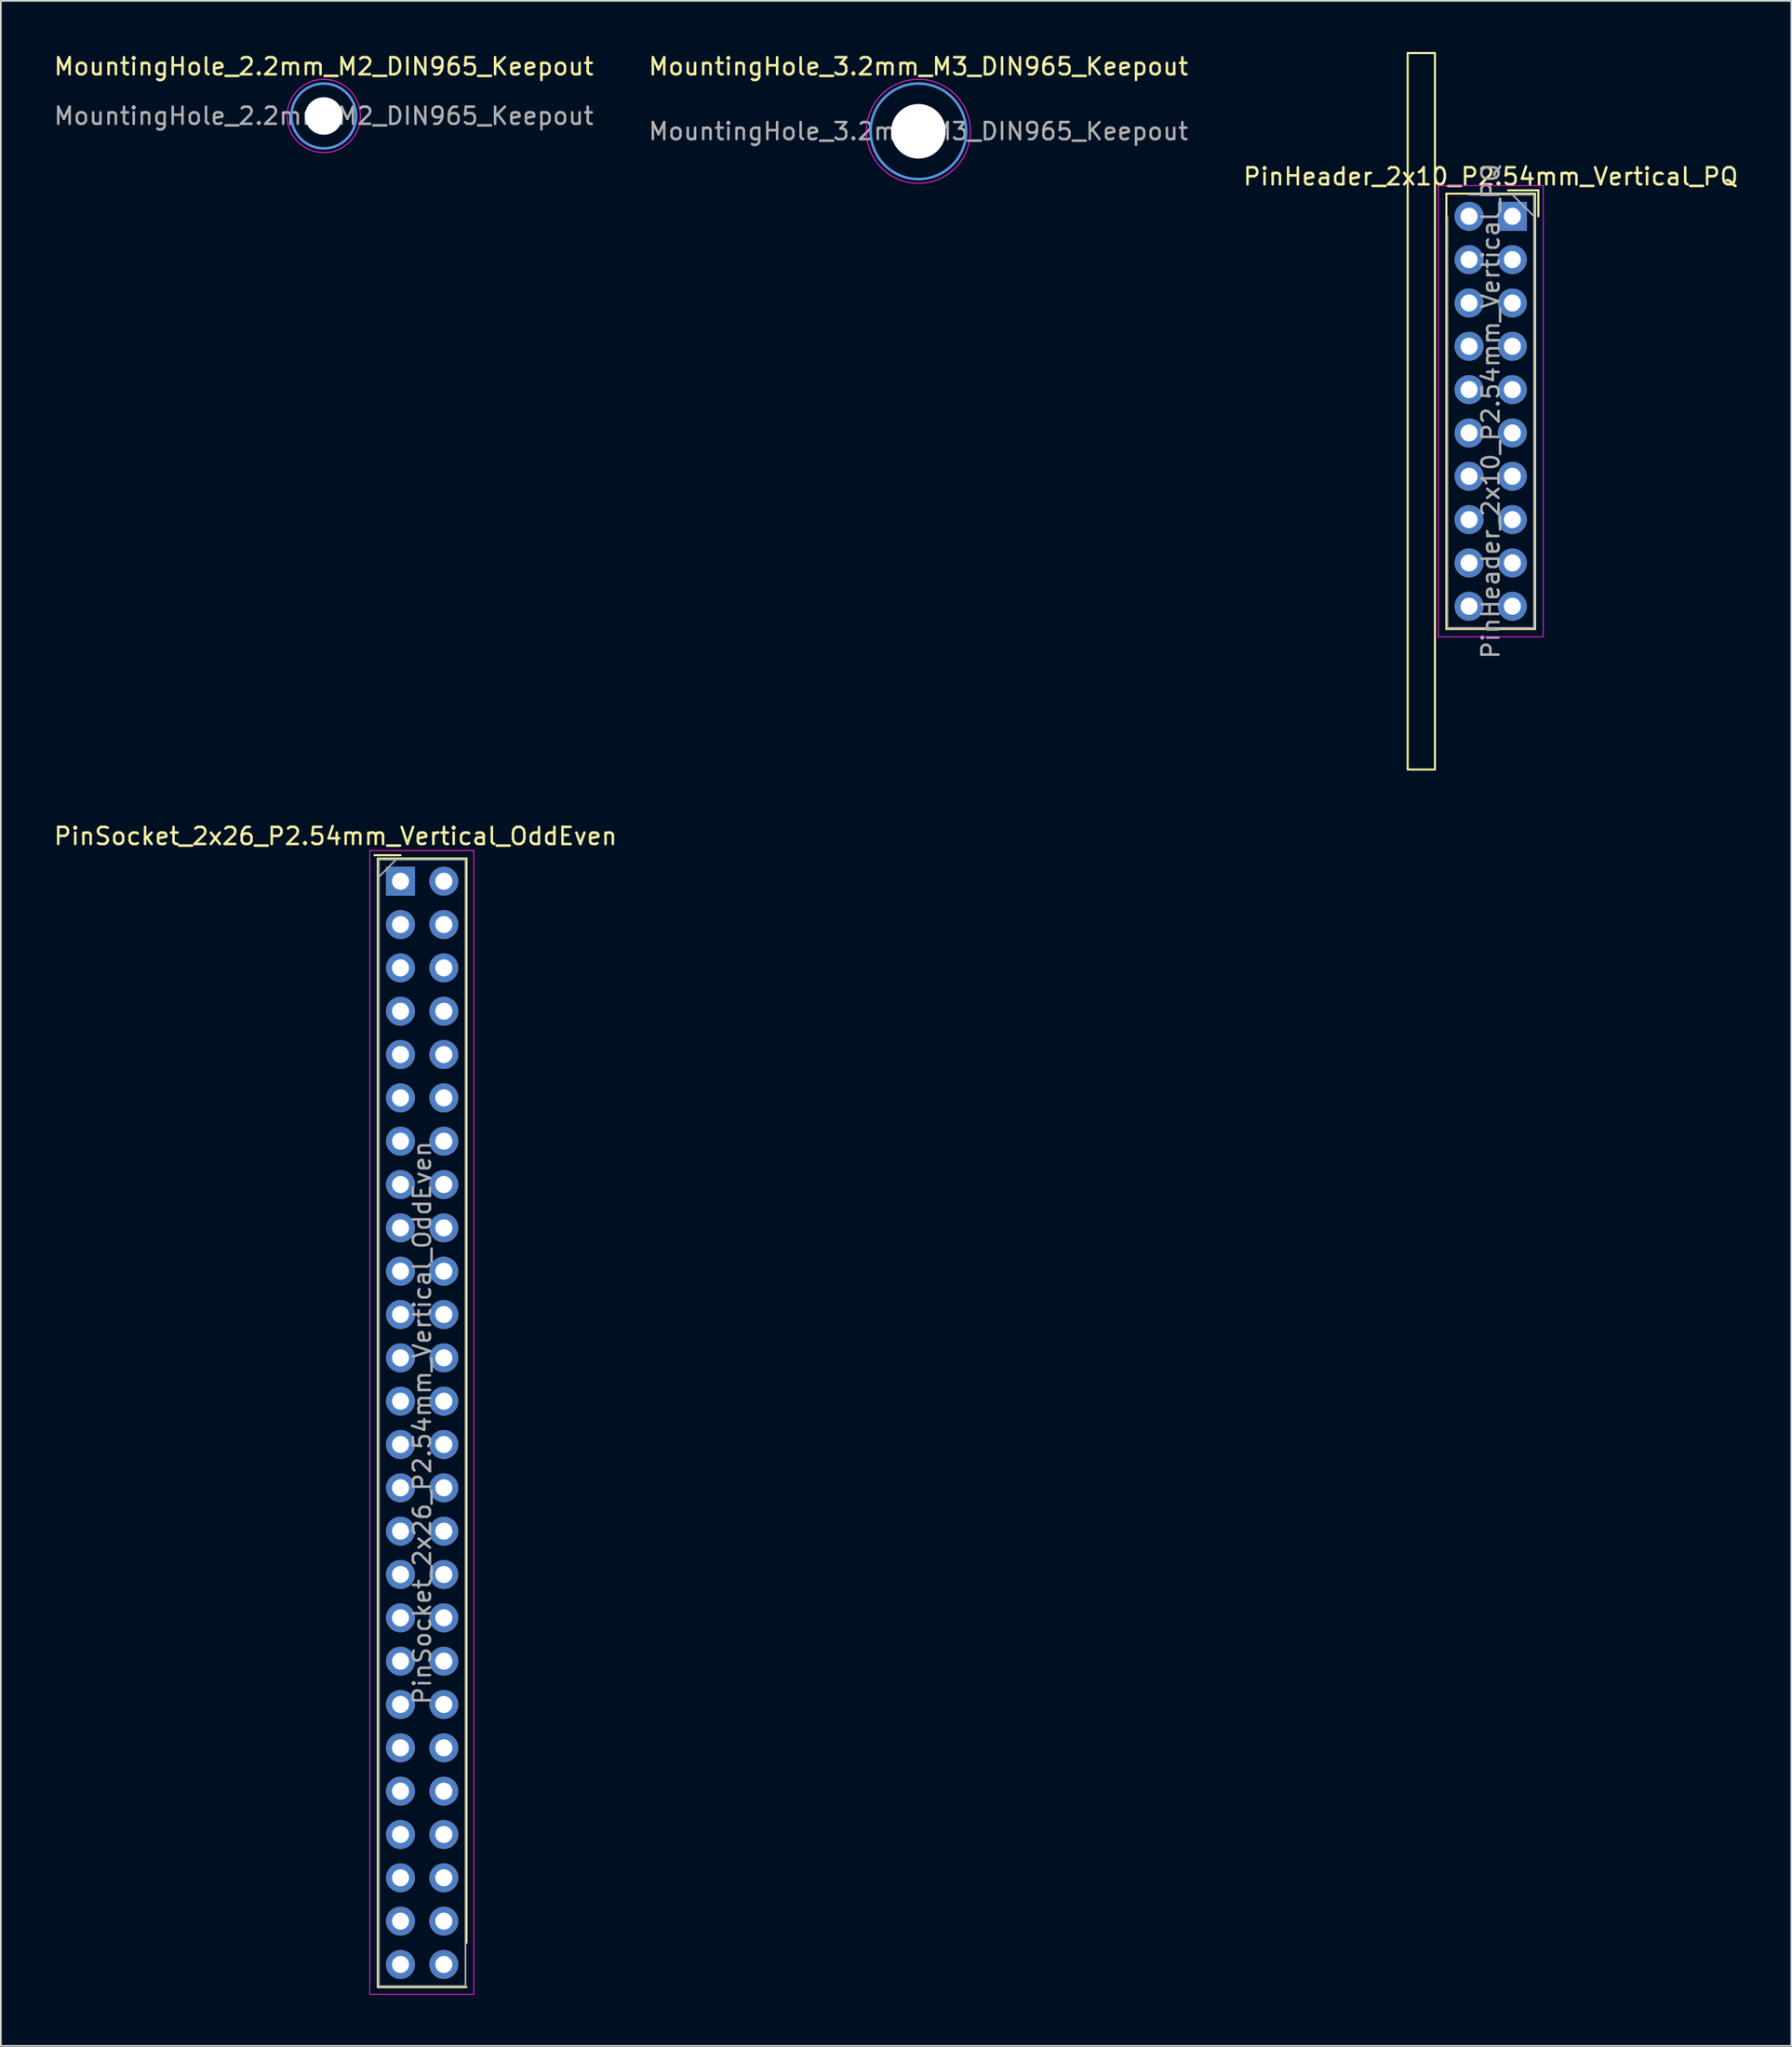
<source format=kicad_pcb>
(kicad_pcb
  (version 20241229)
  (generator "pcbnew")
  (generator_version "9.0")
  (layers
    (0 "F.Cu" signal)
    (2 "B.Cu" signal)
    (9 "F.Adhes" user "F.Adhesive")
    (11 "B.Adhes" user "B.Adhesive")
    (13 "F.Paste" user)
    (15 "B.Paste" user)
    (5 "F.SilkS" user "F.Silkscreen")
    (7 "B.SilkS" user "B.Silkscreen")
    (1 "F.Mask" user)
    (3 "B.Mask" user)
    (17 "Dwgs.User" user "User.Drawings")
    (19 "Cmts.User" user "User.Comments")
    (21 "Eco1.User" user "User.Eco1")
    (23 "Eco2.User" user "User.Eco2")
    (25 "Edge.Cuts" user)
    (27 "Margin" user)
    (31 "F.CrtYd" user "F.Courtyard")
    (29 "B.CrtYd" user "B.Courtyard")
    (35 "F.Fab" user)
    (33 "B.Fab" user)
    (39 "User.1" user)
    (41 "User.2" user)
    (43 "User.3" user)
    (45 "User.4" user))
  (footprint "MountingHole_2.2mm_M2_DIN965_Keepout"
    (layer "F.Cu")
    (at 15.935 3.748)
    (property "Reference" "MountingHole_2.2mm_M2_DIN965_Keepout" (at 0 -2.9 0) (layer "F.SilkS") (effects (font (size 1 1) (thickness 0.15))))
    (attr exclude_from_pos_files)
    (fp_circle (center 0 0) (end 1.934 0) (stroke (width 0.12) (type solid)) (fill yes) (layer "F.Mask"))
    (fp_circle (center 0 0) (end 1.934 0) (stroke (width 0.12) (type solid)) (fill yes) (layer "B.Mask"))
    (fp_circle (center 0 0) (end 1.9 0) (stroke (width 0.15) (type solid)) (fill no) (layer "Cmts.User"))
    (fp_circle (center 0 0) (end 2.15 0) (stroke (width 0.05) (type solid)) (fill no) (layer "F.CrtYd"))
    (fp_text user "${REFERENCE}" (at 0 0 0) (layer "F.Fab") (effects (font (size 1 1) (thickness 0.15))))
    (pad "" np_thru_hole circle (at 0 0) (size 2.2 2.2) (drill 2.2) (layers "*.Cu" "*.Mask"))
    (zone (net_name "") (layers "F.Cu" "B.Cu") (hatch edge 0.5) (connect_pads) (min_thickness 0.25) (filled_areas_thickness no) (keepout (tracks not_allowed) (vias not_allowed) (pads not_allowed) (copperpour not_allowed) (footprints not_allowed)) (placement (enabled no)) (fill) (polygon (pts (xy 17.982 3.748) (xy 17.963 3.469) (xy 17.906 3.196) (xy 17.813 2.932) (xy 17.684 2.684) (xy 17.523 2.456) (xy 17.332 2.252) (xy 17.115 2.075) (xy 16.877 1.93) (xy 16.62 1.819) (xy 16.351 1.743) (xy 16.074 1.705) (xy 15.795 1.705) (xy 15.518 1.743) (xy 15.249 1.819) (xy 14.992 1.93) (xy 14.754 2.075) (xy 14.537 2.252) (xy 14.346 2.456) (xy 14.185 2.684) (xy 14.056 2.932) (xy 13.963 3.196) (xy 13.906 3.469) (xy 13.887 3.748) (xy 13.906 4.027) (xy 13.963 4.301) (xy 14.056 4.564) (xy 14.185 4.812) (xy 14.346 5.041) (xy 14.537 5.245) (xy 14.754 5.421) (xy 14.992 5.566) (xy 15.249 5.678) (xy 15.518 5.753) (xy 15.795 5.791) (xy 16.074 5.791) (xy 16.351 5.753) (xy 16.62 5.678) (xy 16.877 5.566) (xy 17.115 5.421) (xy 17.332 5.245) (xy 17.523 5.041) (xy 17.684 4.812) (xy 17.813 4.564) (xy 17.906 4.301) (xy 17.963 4.027)))))
  (footprint "PinSocket_2x26_P2.54mm_Vertical_OddEven"
    (layer "F.Cu")
    (at 22.975 48.608)
    (property "Reference" "PinSocket_2x26_P2.54mm_Vertical_OddEven" (at -6.35 -2.64 0) (layer "F.SilkS") (effects (font (size 1 1) (thickness 0.15))))
    (attr through_hole exclude_from_pos_files exclude_from_bom)
    (fp_line (start -4.064 -1.524) (end -2.54 -1.524) (stroke (width 0.12) (type default)) (layer "F.SilkS"))
    (fp_line (start -3.87 -1.33) (end -3.87 64.83) (stroke (width 0.12) (type solid)) (layer "F.SilkS"))
    (fp_line (start -3.87 -1.33) (end 1.33 -1.33) (stroke (width 0.12) (type solid)) (layer "F.SilkS"))
    (fp_line (start -3.87 64.83) (end 1.33 64.83) (stroke (width 0.12) (type solid)) (layer "F.SilkS"))
    (fp_line (start 1.33 -1.33) (end 1.33 62.23) (stroke (width 0.12) (type solid)) (layer "F.SilkS"))
    (fp_line (start -4.34 -1.8) (end 1.76 -1.8) (stroke (width 0.05) (type solid)) (layer "F.CrtYd"))
    (fp_line (start -4.34 65.25) (end -4.34 -1.8) (stroke (width 0.05) (type solid)) (layer "F.CrtYd"))
    (fp_line (start 1.76 -1.8) (end 1.76 65.25) (stroke (width 0.05) (type solid)) (layer "F.CrtYd"))
    (fp_line (start 1.76 65.25) (end -4.34 65.25) (stroke (width 0.05) (type solid)) (layer "F.CrtYd"))
    (fp_line (start -3.81 -1.27) (end 1.27 -1.27) (stroke (width 0.1) (type solid)) (layer "F.Fab"))
    (fp_line (start -3.81 64.77) (end -3.81 -1.27) (stroke (width 0.1) (type solid)) (layer "F.Fab"))
    (fp_line (start -3.802 -0.262) (end -2.802 -1.262) (stroke (width 0.1) (type solid)) (layer "F.Fab"))
    (fp_line (start 1.27 -1.27) (end 1.27 64.77) (stroke (width 0.1) (type solid)) (layer "F.Fab"))
    (fp_line (start 1.27 64.77) (end -3.81 64.77) (stroke (width 0.1) (type solid)) (layer "F.Fab"))
    (fp_text user "${REFERENCE}" (at -1.27 31.75 90) (layer "F.Fab") (effects (font (size 1 1) (thickness 0.15))))
    (pad "1" thru_hole rect (at -2.54 0) (size 1.7 1.7) (drill 1) (layers "*.Cu" "*.Mask"))
    (pad "2" thru_hole oval (at 0 0) (size 1.7 1.7) (drill 1) (layers "*.Cu" "*.Mask"))
    (pad "3" thru_hole oval (at -2.54 2.54) (size 1.7 1.7) (drill 1) (layers "*.Cu" "*.Mask"))
    (pad "4" thru_hole oval (at 0 2.54) (size 1.7 1.7) (drill 1) (layers "*.Cu" "*.Mask"))
    (pad "5" thru_hole oval (at -2.54 5.08) (size 1.7 1.7) (drill 1) (layers "*.Cu" "*.Mask"))
    (pad "6" thru_hole oval (at 0 5.08) (size 1.7 1.7) (drill 1) (layers "*.Cu" "*.Mask"))
    (pad "7" thru_hole oval (at -2.54 7.62) (size 1.7 1.7) (drill 1) (layers "*.Cu" "*.Mask"))
    (pad "8" thru_hole oval (at 0 7.62) (size 1.7 1.7) (drill 1) (layers "*.Cu" "*.Mask"))
    (pad "9" thru_hole oval (at -2.54 10.16) (size 1.7 1.7) (drill 1) (layers "*.Cu" "*.Mask"))
    (pad "10" thru_hole oval (at 0 10.16) (size 1.7 1.7) (drill 1) (layers "*.Cu" "*.Mask"))
    (pad "11" thru_hole oval (at -2.54 12.7) (size 1.7 1.7) (drill 1) (layers "*.Cu" "*.Mask"))
    (pad "12" thru_hole oval (at 0 12.7) (size 1.7 1.7) (drill 1) (layers "*.Cu" "*.Mask"))
    (pad "13" thru_hole oval (at -2.54 15.24) (size 1.7 1.7) (drill 1) (layers "*.Cu" "*.Mask"))
    (pad "14" thru_hole oval (at 0 15.24) (size 1.7 1.7) (drill 1) (layers "*.Cu" "*.Mask"))
    (pad "15" thru_hole oval (at -2.54 17.78) (size 1.7 1.7) (drill 1) (layers "*.Cu" "*.Mask"))
    (pad "16" thru_hole oval (at 0 17.78) (size 1.7 1.7) (drill 1) (layers "*.Cu" "*.Mask"))
    (pad "17" thru_hole oval (at -2.54 20.32) (size 1.7 1.7) (drill 1) (layers "*.Cu" "*.Mask"))
    (pad "18" thru_hole oval (at 0 20.32) (size 1.7 1.7) (drill 1) (layers "*.Cu" "*.Mask"))
    (pad "19" thru_hole oval (at -2.54 22.86) (size 1.7 1.7) (drill 1) (layers "*.Cu" "*.Mask"))
    (pad "20" thru_hole oval (at 0 22.86) (size 1.7 1.7) (drill 1) (layers "*.Cu" "*.Mask"))
    (pad "21" thru_hole oval (at -2.54 25.4) (size 1.7 1.7) (drill 1) (layers "*.Cu" "*.Mask"))
    (pad "22" thru_hole oval (at 0 25.4) (size 1.7 1.7) (drill 1) (layers "*.Cu" "*.Mask"))
    (pad "23" thru_hole oval (at -2.54 27.94) (size 1.7 1.7) (drill 1) (layers "*.Cu" "*.Mask"))
    (pad "24" thru_hole oval (at 0 27.94) (size 1.7 1.7) (drill 1) (layers "*.Cu" "*.Mask"))
    (pad "25" thru_hole oval (at -2.54 30.48) (size 1.7 1.7) (drill 1) (layers "*.Cu" "*.Mask"))
    (pad "26" thru_hole oval (at 0 30.48) (size 1.7 1.7) (drill 1) (layers "*.Cu" "*.Mask"))
    (pad "27" thru_hole oval (at -2.54 33.02) (size 1.7 1.7) (drill 1) (layers "*.Cu" "*.Mask"))
    (pad "28" thru_hole oval (at 0 33.02) (size 1.7 1.7) (drill 1) (layers "*.Cu" "*.Mask"))
    (pad "29" thru_hole oval (at -2.54 35.56) (size 1.7 1.7) (drill 1) (layers "*.Cu" "*.Mask"))
    (pad "30" thru_hole oval (at 0 35.56) (size 1.7 1.7) (drill 1) (layers "*.Cu" "*.Mask"))
    (pad "31" thru_hole oval (at -2.54 38.1) (size 1.7 1.7) (drill 1) (layers "*.Cu" "*.Mask"))
    (pad "32" thru_hole oval (at 0 38.1) (size 1.7 1.7) (drill 1) (layers "*.Cu" "*.Mask"))
    (pad "33" thru_hole oval (at -2.54 40.64) (size 1.7 1.7) (drill 1) (layers "*.Cu" "*.Mask"))
    (pad "34" thru_hole oval (at 0 40.64) (size 1.7 1.7) (drill 1) (layers "*.Cu" "*.Mask"))
    (pad "35" thru_hole oval (at -2.54 43.18) (size 1.7 1.7) (drill 1) (layers "*.Cu" "*.Mask"))
    (pad "36" thru_hole oval (at 0 43.18) (size 1.7 1.7) (drill 1) (layers "*.Cu" "*.Mask"))
    (pad "37" thru_hole oval (at -2.54 45.72) (size 1.7 1.7) (drill 1) (layers "*.Cu" "*.Mask"))
    (pad "38" thru_hole oval (at 0 45.72) (size 1.7 1.7) (drill 1) (layers "*.Cu" "*.Mask"))
    (pad "39" thru_hole oval (at -2.54 48.26) (size 1.7 1.7) (drill 1) (layers "*.Cu" "*.Mask"))
    (pad "40" thru_hole oval (at 0 48.26) (size 1.7 1.7) (drill 1) (layers "*.Cu" "*.Mask"))
    (pad "41" thru_hole oval (at -2.54 50.8) (size 1.7 1.7) (drill 1) (layers "*.Cu" "*.Mask"))
    (pad "42" thru_hole oval (at 0 50.8) (size 1.7 1.7) (drill 1) (layers "*.Cu" "*.Mask"))
    (pad "43" thru_hole oval (at -2.54 53.34) (size 1.7 1.7) (drill 1) (layers "*.Cu" "*.Mask"))
    (pad "44" thru_hole oval (at 0 53.34) (size 1.7 1.7) (drill 1) (layers "*.Cu" "*.Mask"))
    (pad "45" thru_hole oval (at -2.54 55.88) (size 1.7 1.7) (drill 1) (layers "*.Cu" "*.Mask"))
    (pad "46" thru_hole oval (at 0 55.88) (size 1.7 1.7) (drill 1) (layers "*.Cu" "*.Mask"))
    (pad "47" thru_hole oval (at -2.54 58.42) (size 1.7 1.7) (drill 1) (layers "*.Cu" "*.Mask"))
    (pad "48" thru_hole oval (at 0 58.42) (size 1.7 1.7) (drill 1) (layers "*.Cu" "*.Mask"))
    (pad "49" thru_hole oval (at -2.54 60.96) (size 1.7 1.7) (drill 1) (layers "*.Cu" "*.Mask"))
    (pad "50" thru_hole oval (at 0 60.96) (size 1.7 1.7) (drill 1) (layers "*.Cu" "*.Mask"))
    (pad "51" thru_hole oval (at -2.54 63.5) (size 1.7 1.7) (drill 1) (layers "*.Cu" "*.Mask"))
    (pad "52" thru_hole oval (at 0 63.5) (size 1.7 1.7) (drill 1) (layers "*.Cu" "*.Mask")))
  (footprint "MountingHole_3.2mm_M3_DIN965_Keepout"
    (layer "F.Cu")
    (at 50.804 4.648)
    (property "Reference" "MountingHole_3.2mm_M3_DIN965_Keepout" (at 0 -3.8 0) (layer "F.SilkS") (effects (font (size 1 1) (thickness 0.15))))
    (attr exclude_from_pos_files)
    (fp_circle (center 0 0) (end 2.7 0) (stroke (width 0.12) (type solid)) (fill yes) (layer "F.Mask"))
    (fp_circle (center 0 0) (end 2.7 0) (stroke (width 0.12) (type solid)) (fill yes) (layer "B.Mask"))
    (fp_circle (center 0 0) (end 2.8 0) (stroke (width 0.15) (type solid)) (fill no) (layer "Cmts.User"))
    (fp_circle (center 0 0) (end 3.05 0) (stroke (width 0.05) (type solid)) (fill no) (layer "F.CrtYd"))
    (fp_text user "${REFERENCE}" (at 0 0 0) (layer "F.Fab") (effects (font (size 1 1) (thickness 0.15))))
    (pad "" np_thru_hole circle (at 0 0) (size 3.2 3.2) (drill 3.2) (layers "*.Cu" "*.Mask"))
    (zone (net_name "") (layers "F.Cu" "B.Cu") (hatch edge 0.5) (connect_pads) (min_thickness 0.25) (filled_areas_thickness no) (keepout (tracks not_allowed) (vias not_allowed) (pads not_allowed) (copperpour not_allowed) (footprints not_allowed)) (placement (enabled no)) (fill) (polygon (pts (xy 53.609 4.648) (xy 53.59 4.323) (xy 53.533 4.001) (xy 53.44 3.689) (xy 53.311 3.389) (xy 53.148 3.107) (xy 52.953 2.845) (xy 52.729 2.608) (xy 52.479 2.398) (xy 52.206 2.219) (xy 51.915 2.072) (xy 51.608 1.961) (xy 51.291 1.885) (xy 50.967 1.847) (xy 50.64 1.847) (xy 50.316 1.885) (xy 49.999 1.961) (xy 49.692 2.072) (xy 49.401 2.219) (xy 49.128 2.398) (xy 48.878 2.608) (xy 48.654 2.845) (xy 48.46 3.107) (xy 48.296 3.389) (xy 48.167 3.689) (xy 48.074 4.001) (xy 48.017 4.323) (xy 47.998 4.648) (xy 48.017 4.974) (xy 48.074 5.295) (xy 48.167 5.608) (xy 48.296 5.907) (xy 48.46 6.19) (xy 48.654 6.452) (xy 48.878 6.689) (xy 49.128 6.899) (xy 49.401 7.078) (xy 49.692 7.224) (xy 49.999 7.336) (xy 50.316 7.411) (xy 50.64 7.449) (xy 50.967 7.449) (xy 51.291 7.411) (xy 51.608 7.336) (xy 51.915 7.224) (xy 52.206 7.078) (xy 52.479 6.899) (xy 52.729 6.689) (xy 52.953 6.452) (xy 53.148 6.19) (xy 53.311 5.907) (xy 53.44 5.608) (xy 53.533 5.295) (xy 53.59 4.974)))))
  (footprint "PinHeader_2x10_P2.54mm_Vertical_PQ"
    (layer "F.Cu")
    (at 83.093 9.63)
    (property "Reference" "PinHeader_2x10_P2.54mm_Vertical_PQ" (at 1.27 -2.33 0) (layer "F.SilkS") (effects (font (size 1 1) (thickness 0.15))))
    (attr through_hole exclude_from_pos_files)
    (fp_line (start -1.33 -1.33) (end 1.27 -1.33) (stroke (width 0.12) (type solid)) (layer "F.SilkS"))
    (fp_line (start -1.33 0) (end -1.33 -1.33) (stroke (width 0.12) (type solid)) (layer "F.SilkS"))
    (fp_line (start -1.33 0) (end -1.33 24.19) (stroke (width 0.12) (type solid)) (layer "F.SilkS"))
    (fp_line (start -1.33 24.19) (end 3.87 24.19) (stroke (width 0.12) (type solid)) (layer "F.SilkS"))
    (fp_line (start 1.27 -1.33) (end 3.87 -1.33) (stroke (width 0.12) (type solid)) (layer "F.SilkS"))
    (fp_line (start 2.286 -1.524) (end 4.064 -1.524) (stroke (width 0.12) (type default)) (layer "F.SilkS"))
    (fp_line (start 3.87 -1.33) (end 3.87 24.19) (stroke (width 0.12) (type solid)) (layer "F.SilkS"))
    (fp_line (start 4.064 -1.524) (end 4.064 0) (stroke (width 0.12) (type default)) (layer "F.SilkS"))
    (fp_rect (start -3.6 -9.57) (end -2 32.43) (stroke (width 0.12) (type default)) (fill no) (layer "F.SilkS"))
    (fp_line (start -1.8 -1.8) (end -1.8 24.65) (stroke (width 0.05) (type solid)) (layer "F.CrtYd"))
    (fp_line (start -1.8 24.65) (end 4.35 24.65) (stroke (width 0.05) (type solid)) (layer "F.CrtYd"))
    (fp_line (start 4.35 -1.8) (end -1.8 -1.8) (stroke (width 0.05) (type solid)) (layer "F.CrtYd"))
    (fp_line (start 4.35 24.65) (end 4.35 -1.8) (stroke (width 0.05) (type solid)) (layer "F.CrtYd"))
    (fp_line (start -1.27 24.13) (end -1.27 0) (stroke (width 0.1) (type solid)) (layer "F.Fab"))
    (fp_line (start 0 -1.27) (end 3.81 -1.27) (stroke (width 0.1) (type solid)) (layer "F.Fab"))
    (fp_line (start 3.81 -1.27) (end 3.81 24.13) (stroke (width 0.1) (type solid)) (layer "F.Fab"))
    (fp_line (start 3.81 0) (end 2.54 -1.27) (stroke (width 0.1) (type solid)) (layer "F.Fab"))
    (fp_line (start 3.81 24.13) (end -1.27 24.13) (stroke (width 0.1) (type solid)) (layer "F.Fab"))
    (fp_text user "${REFERENCE}" (at 1.27 11.43 270) (layer "F.Fab") (effects (font (size 1 1) (thickness 0.15))))
    (pad "1" thru_hole rect (at 2.54 0) (size 1.7 1.7) (drill 1) (layers "*.Cu" "*.Mask"))
    (pad "2" thru_hole oval (at 2.54 2.54) (size 1.7 1.7) (drill 1) (layers "*.Cu" "*.Mask"))
    (pad "3" thru_hole oval (at 2.54 5.08) (size 1.7 1.7) (drill 1) (layers "*.Cu" "*.Mask"))
    (pad "4" thru_hole oval (at 2.54 7.62) (size 1.7 1.7) (drill 1) (layers "*.Cu" "*.Mask"))
    (pad "5" thru_hole oval (at 2.54 10.16) (size 1.7 1.7) (drill 1) (layers "*.Cu" "*.Mask"))
    (pad "6" thru_hole oval (at 2.54 12.7) (size 1.7 1.7) (drill 1) (layers "*.Cu" "*.Mask"))
    (pad "7" thru_hole oval (at 2.54 15.24) (size 1.7 1.7) (drill 1) (layers "*.Cu" "*.Mask"))
    (pad "8" thru_hole oval (at 2.54 17.78) (size 1.7 1.7) (drill 1) (layers "*.Cu" "*.Mask"))
    (pad "9" thru_hole oval (at 2.54 20.32) (size 1.7 1.7) (drill 1) (layers "*.Cu" "*.Mask"))
    (pad "10" thru_hole oval (at 2.54 22.86) (size 1.7 1.7) (drill 1) (layers "*.Cu" "*.Mask"))
    (pad "11" thru_hole oval (at 0 22.86) (size 1.7 1.7) (drill 1) (layers "*.Cu" "*.Mask"))
    (pad "12" thru_hole oval (at 0 20.32) (size 1.7 1.7) (drill 1) (layers "*.Cu" "*.Mask"))
    (pad "13" thru_hole oval (at 0 17.78) (size 1.7 1.7) (drill 1) (layers "*.Cu" "*.Mask"))
    (pad "14" thru_hole oval (at 0 15.24) (size 1.7 1.7) (drill 1) (layers "*.Cu" "*.Mask"))
    (pad "15" thru_hole oval (at 0 12.7) (size 1.7 1.7) (drill 1) (layers "*.Cu" "*.Mask"))
    (pad "16" thru_hole oval (at 0 10.16) (size 1.7 1.7) (drill 1) (layers "*.Cu" "*.Mask"))
    (pad "17" thru_hole oval (at 0 7.62) (size 1.7 1.7) (drill 1) (layers "*.Cu" "*.Mask"))
    (pad "18" thru_hole oval (at 0 5.08) (size 1.7 1.7) (drill 1) (layers "*.Cu" "*.Mask"))
    (pad "19" thru_hole oval (at 0 2.54) (size 1.7 1.7) (drill 1) (layers "*.Cu" "*.Mask"))
    (pad "20" thru_hole oval (at 0 0) (size 1.7 1.7) (drill 1) (layers "*.Cu" "*.Mask")))
  (gr_rect
    (start -3 -3)
    (end 101.988 116.883)
    (stroke (width 0.1) (type default))
    (fill no)
    (layer "Edge.Cuts")))
</source>
